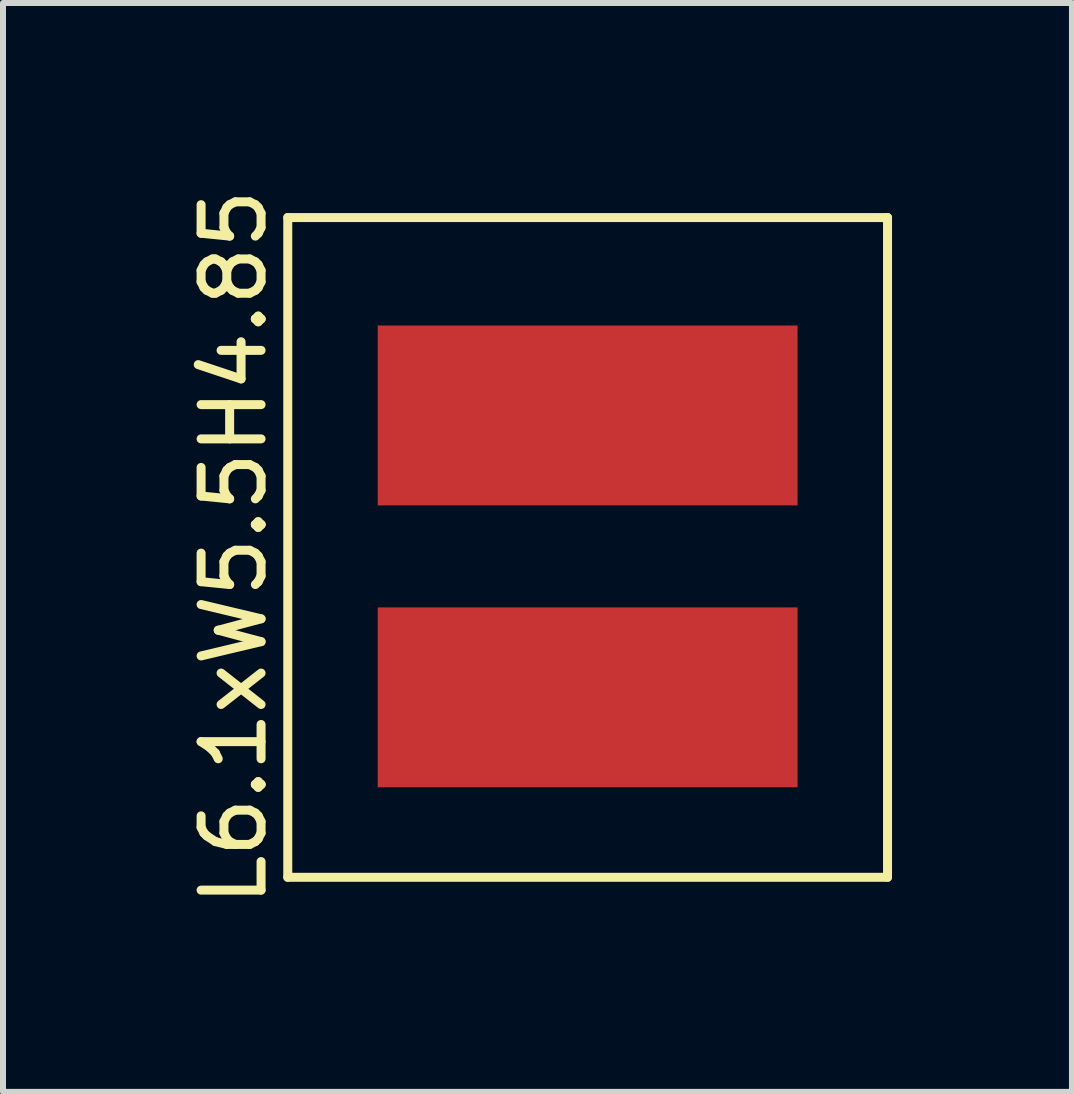
<source format=kicad_pcb>
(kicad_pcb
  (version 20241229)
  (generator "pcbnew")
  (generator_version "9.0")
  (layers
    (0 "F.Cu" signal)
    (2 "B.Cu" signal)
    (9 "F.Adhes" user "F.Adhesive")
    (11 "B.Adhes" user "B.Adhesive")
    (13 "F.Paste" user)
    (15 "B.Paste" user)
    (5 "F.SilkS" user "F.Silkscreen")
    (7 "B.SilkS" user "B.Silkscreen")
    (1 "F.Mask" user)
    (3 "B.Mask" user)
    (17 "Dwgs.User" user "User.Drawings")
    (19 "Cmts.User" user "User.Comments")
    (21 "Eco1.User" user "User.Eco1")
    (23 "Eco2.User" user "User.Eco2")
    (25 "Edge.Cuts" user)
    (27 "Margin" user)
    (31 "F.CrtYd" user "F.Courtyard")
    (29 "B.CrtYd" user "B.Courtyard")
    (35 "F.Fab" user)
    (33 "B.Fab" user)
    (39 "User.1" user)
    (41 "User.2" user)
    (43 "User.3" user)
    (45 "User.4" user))
  (footprint "L6.1xW5.5H4.85"
    (layer "F.Cu")
    (at 6.748 8.577)
    (property "Reference" "L6.1xW5.5H4.85" (at -5.9 -2.5 90) (layer "F.SilkS") (effects (font (size 1 1) (thickness 0.15))))
    (attr through_hole)
    (fp_line (start -5 -8) (end -5 3) (stroke (width 0.15) (type solid)) (layer "F.SilkS"))
    (fp_line (start -5 3) (end 5 3) (stroke (width 0.15) (type solid)) (layer "F.SilkS"))
    (fp_line (start 5 -8) (end -5 -8) (stroke (width 0.15) (type solid)) (layer "F.SilkS"))
    (fp_line (start 5 3) (end 5 -8) (stroke (width 0.15) (type solid)) (layer "F.SilkS"))
    (pad "1" smd rect (at 0 0) (size 7 3) (layers "F.Cu" "F.Mask" "F.Paste"))
    (pad "2" smd rect (at 0 -4.7) (size 7 3) (layers "F.Cu" "F.Mask" "F.Paste")))
  (gr_rect
    (start -3 -3)
    (end 14.823 15.155)
    (stroke (width 0.1) (type default))
    (fill no)
    (layer "Edge.Cuts")))
</source>
